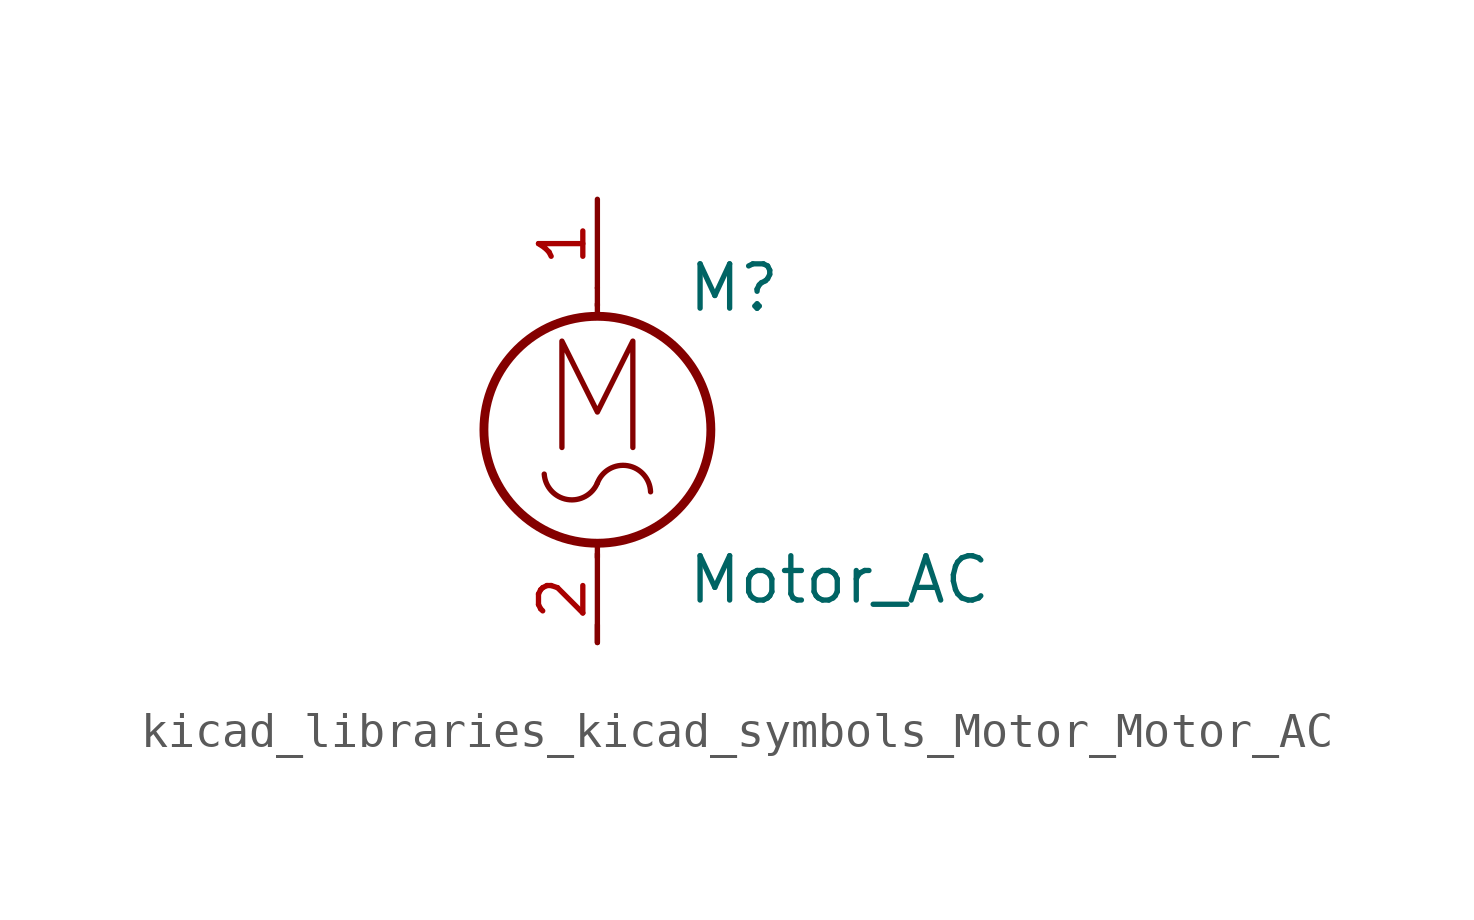
<source format=kicad_sym>
(kicad_symbol_lib
  (version 20220914)
  (generator kicad_symbol_editor)
  (symbol "kicad_libraries_kicad_symbols_Motor_Motor_AC"
    (pin_names
      (offset 0))
    (property "Reference" "M"
      (at 2.54 2.54 0)
      (effects (font (size 1.27 1.27)) (justify left)))
    (property "Value" "Motor_AC"
      (at 2.54 -5.08 0)
      (effects (font (size 1.27 1.27)) (justify left top)))
    (symbol "kicad_libraries_kicad_symbols_Motor_Motor_AC_0_0"
      (arc (start -1.524 -2.794) (mid -0.8654 -3.5217) (end 0 -3.048) (stroke (width 0) (type default)) (fill (type none)))
      (polyline (pts (xy -1.016 -2.032) (xy -1.016 1.016) (xy 0 -1.016) (xy 1.016 1.016) (xy 1.016 -2.032)) (stroke (width 0) (type default)) (fill (type none)))
      (arc (start 1.524 -3.302) (mid 0.85 -2.5503) (end 0 -3.048) (stroke (width 0) (type default)) (fill (type none))))
    (symbol "kicad_libraries_kicad_symbols_Motor_Motor_AC_0_1"
      (circle (center 0 -1.524) (radius 3.251) (stroke (width 0.254) (type default)) (fill (type none)))
      (polyline (pts (xy 0 -7.62) (xy 0 -7.112)) (stroke (width 0) (type default)) (fill (type none)))
      (polyline (pts (xy 0 -4.775) (xy 0 -5.182)) (stroke (width 0) (type default)) (fill (type none)))
      (polyline (pts (xy 0 1.727) (xy 0 2.083)) (stroke (width 0) (type default)) (fill (type none)))
      (polyline (pts (xy 0 2.032) (xy 0 2.54)) (stroke (width 0) (type default)) (fill (type none))))
    (symbol "kicad_libraries_kicad_symbols_Motor_Motor_AC_1_1"
      (pin passive line (at 0 5.08 270) (length 2.54) (name "~" (effects (font (size 1.27 1.27)))) (number "1" (effects (font (size 1.27 1.27)))))
      (pin passive line (at 0 -7.62 90) (length 2.54) (name "~" (effects (font (size 1.27 1.27)))) (number "2" (effects (font (size 1.27 1.27))))))))
</source>
